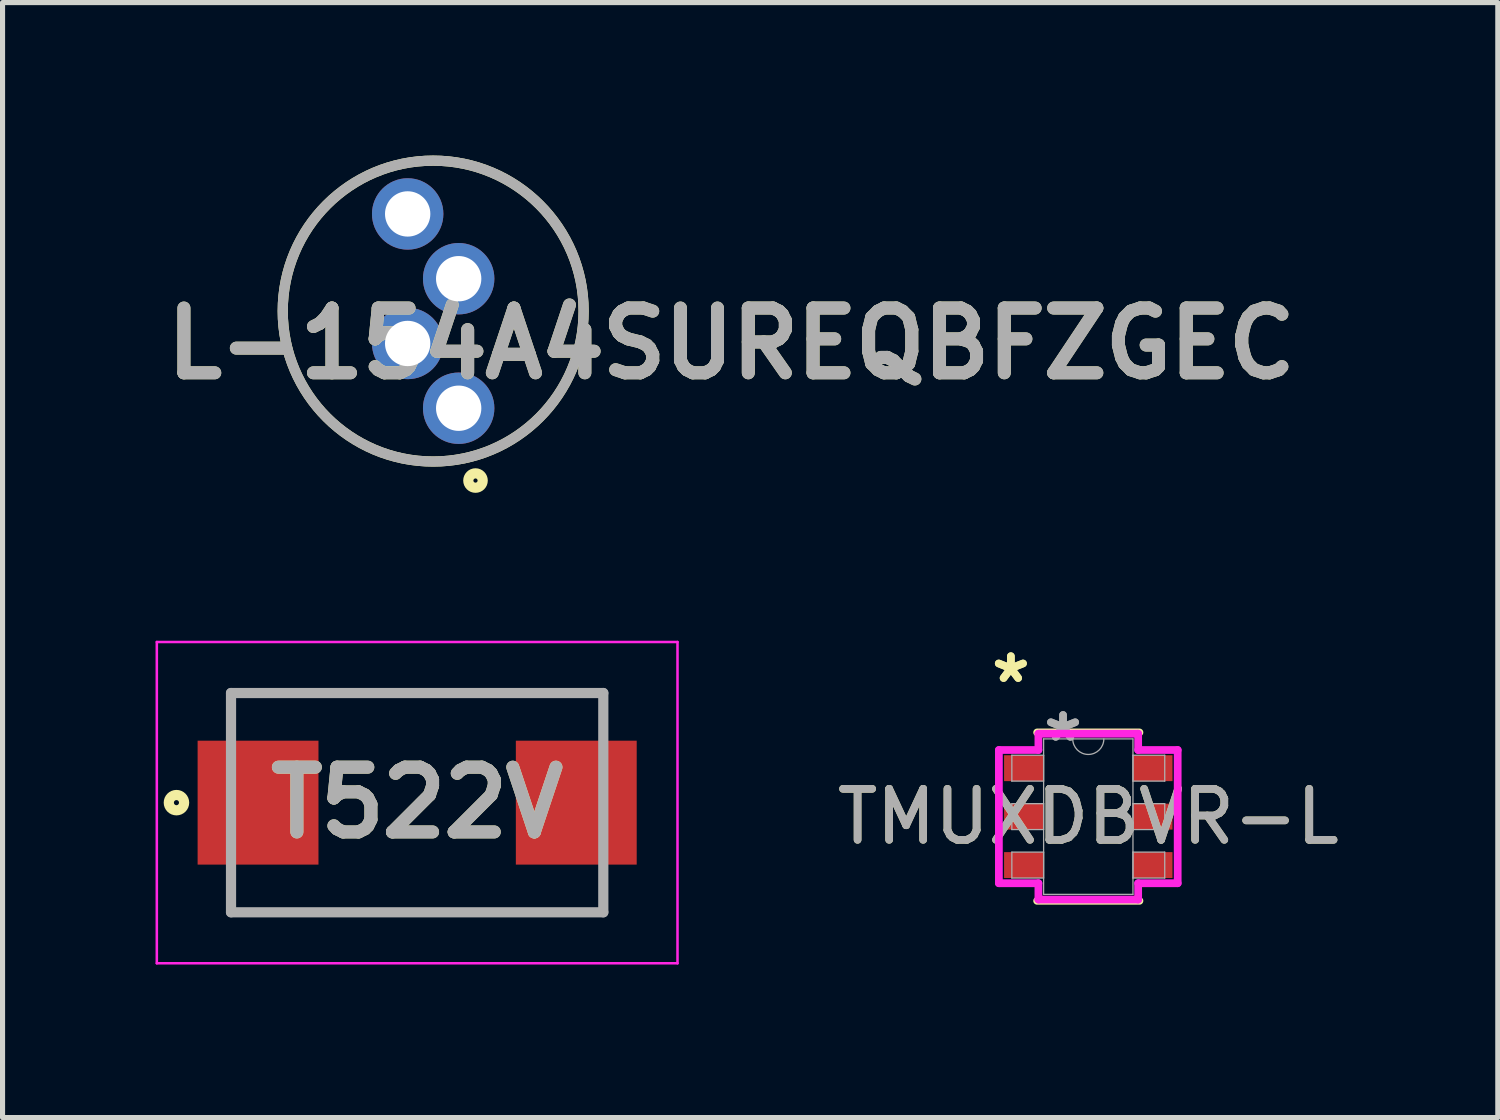
<source format=kicad_pcb>
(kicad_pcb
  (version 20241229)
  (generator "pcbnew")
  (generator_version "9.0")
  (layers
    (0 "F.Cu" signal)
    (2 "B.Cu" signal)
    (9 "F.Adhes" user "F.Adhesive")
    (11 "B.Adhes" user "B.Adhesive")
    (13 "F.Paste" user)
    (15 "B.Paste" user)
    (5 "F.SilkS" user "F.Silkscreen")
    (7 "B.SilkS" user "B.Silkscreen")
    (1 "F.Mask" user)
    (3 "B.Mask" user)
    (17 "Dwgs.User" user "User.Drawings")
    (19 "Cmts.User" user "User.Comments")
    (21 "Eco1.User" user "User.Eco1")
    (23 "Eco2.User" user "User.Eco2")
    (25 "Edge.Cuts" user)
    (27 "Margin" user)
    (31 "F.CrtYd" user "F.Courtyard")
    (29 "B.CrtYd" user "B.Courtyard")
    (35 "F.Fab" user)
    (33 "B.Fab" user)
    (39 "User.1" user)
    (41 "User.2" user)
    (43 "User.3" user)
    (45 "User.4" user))
  (footprint "T522V"
    (layer "F.Cu")
    (at 5.13 12.689)
    (property "Reference" "T522V" (at 0 0 0) (layer "F.SilkS") (effects (font (size 1.27 1.27) (thickness 0.254))))
    (attr smd)
    (fp_line (start -3.65 -2.15) (end 3.65 -2.15) (stroke (width 0.1) (type solid)) (layer "F.SilkS"))
    (fp_line (start 3.65 2.15) (end -3.65 2.15) (stroke (width 0.1) (type solid)) (layer "F.SilkS"))
    (fp_circle (center -4.72 0) (end -4.72 0.05) (stroke (width 0.2) (type solid)) (fill no) (layer "F.SilkS"))
    (fp_line (start -5.105 -3.15) (end 5.105 -3.15) (stroke (width 0.05) (type solid)) (layer "F.CrtYd"))
    (fp_line (start -5.105 3.15) (end -5.105 -3.15) (stroke (width 0.05) (type solid)) (layer "F.CrtYd"))
    (fp_line (start 5.105 -3.15) (end 5.105 3.15) (stroke (width 0.05) (type solid)) (layer "F.CrtYd"))
    (fp_line (start 5.105 3.15) (end -5.105 3.15) (stroke (width 0.05) (type solid)) (layer "F.CrtYd"))
    (fp_line (start -3.65 -2.15) (end 3.65 -2.15) (stroke (width 0.2) (type solid)) (layer "F.Fab"))
    (fp_line (start -3.65 2.15) (end -3.65 -2.15) (stroke (width 0.2) (type solid)) (layer "F.Fab"))
    (fp_line (start 3.65 -2.15) (end 3.65 2.15) (stroke (width 0.2) (type solid)) (layer "F.Fab"))
    (fp_line (start 3.65 2.15) (end -3.65 2.15) (stroke (width 0.2) (type solid)) (layer "F.Fab"))
    (fp_text user "${REFERENCE}" (at 0 0 0) (layer "F.Fab") (effects (font (size 1.27 1.27) (thickness 0.254))))
    (pad "1" smd rect (at -3.12 0) (size 2.37 2.43) (layers "F.Cu" "F.Mask" "F.Paste"))
    (pad "2" smd rect (at 3.12 0) (size 2.37 2.43) (layers "F.Cu" "F.Mask" "F.Paste")))
  (footprint "TMUXDBVR-L"
    (layer "F.Cu")
    (at 18.29 12.963)
    (property "Reference" "TMUXDBVR-L" (at 0 0 0) (unlocked yes) (layer "F.SilkS") (effects (font (size 1 1) (thickness 0.15))))
    (attr smd)
    (fp_line (start -1.003 1.651) (end 1.003 1.651) (stroke (width 0.152) (type solid)) (layer "F.SilkS"))
    (fp_line (start 1.003 -1.651) (end -1.003 -1.651) (stroke (width 0.152) (type solid)) (layer "F.SilkS"))
    (fp_line (start -1.753 -1.306) (end -0.978 -1.306) (stroke (width 0.152) (type solid)) (layer "F.CrtYd"))
    (fp_line (start -1.753 1.306) (end -1.753 -1.306) (stroke (width 0.152) (type solid)) (layer "F.CrtYd"))
    (fp_line (start -1.753 1.306) (end -0.978 1.306) (stroke (width 0.152) (type solid)) (layer "F.CrtYd"))
    (fp_line (start -0.978 -1.626) (end 0.978 -1.626) (stroke (width 0.152) (type solid)) (layer "F.CrtYd"))
    (fp_line (start -0.978 -1.306) (end -0.978 -1.626) (stroke (width 0.152) (type solid)) (layer "F.CrtYd"))
    (fp_line (start -0.978 1.626) (end -0.978 1.306) (stroke (width 0.152) (type solid)) (layer "F.CrtYd"))
    (fp_line (start 0.978 -1.626) (end 0.978 -1.306) (stroke (width 0.152) (type solid)) (layer "F.CrtYd"))
    (fp_line (start 0.978 1.306) (end 0.978 1.626) (stroke (width 0.152) (type solid)) (layer "F.CrtYd"))
    (fp_line (start 0.978 1.626) (end -0.978 1.626) (stroke (width 0.152) (type solid)) (layer "F.CrtYd"))
    (fp_line (start 1.753 -1.306) (end 0.978 -1.306) (stroke (width 0.152) (type solid)) (layer "F.CrtYd"))
    (fp_line (start 1.753 -1.306) (end 1.753 1.306) (stroke (width 0.152) (type solid)) (layer "F.CrtYd"))
    (fp_line (start 1.753 1.306) (end 0.978 1.306) (stroke (width 0.152) (type solid)) (layer "F.CrtYd"))
    (fp_line (start -1.499 -1.204) (end -1.499 -0.696) (stroke (width 0.025) (type solid)) (layer "F.Fab"))
    (fp_line (start -1.499 -0.696) (end -0.876 -0.696) (stroke (width 0.025) (type solid)) (layer "F.Fab"))
    (fp_line (start -1.499 -0.254) (end -1.499 0.254) (stroke (width 0.025) (type solid)) (layer "F.Fab"))
    (fp_line (start -1.499 0.254) (end -0.876 0.254) (stroke (width 0.025) (type solid)) (layer "F.Fab"))
    (fp_line (start -1.499 0.696) (end -1.499 1.204) (stroke (width 0.025) (type solid)) (layer "F.Fab"))
    (fp_line (start -1.499 1.204) (end -0.876 1.204) (stroke (width 0.025) (type solid)) (layer "F.Fab"))
    (fp_line (start -0.876 -1.524) (end -0.876 1.524) (stroke (width 0.025) (type solid)) (layer "F.Fab"))
    (fp_line (start -0.876 -1.204) (end -1.499 -1.204) (stroke (width 0.025) (type solid)) (layer "F.Fab"))
    (fp_line (start -0.876 -0.696) (end -0.876 -1.204) (stroke (width 0.025) (type solid)) (layer "F.Fab"))
    (fp_line (start -0.876 -0.254) (end -1.499 -0.254) (stroke (width 0.025) (type solid)) (layer "F.Fab"))
    (fp_line (start -0.876 0.254) (end -0.876 -0.254) (stroke (width 0.025) (type solid)) (layer "F.Fab"))
    (fp_line (start -0.876 0.696) (end -1.499 0.696) (stroke (width 0.025) (type solid)) (layer "F.Fab"))
    (fp_line (start -0.876 1.204) (end -0.876 0.696) (stroke (width 0.025) (type solid)) (layer "F.Fab"))
    (fp_line (start -0.876 1.524) (end 0.876 1.524) (stroke (width 0.025) (type solid)) (layer "F.Fab"))
    (fp_line (start 0.876 -1.524) (end -0.876 -1.524) (stroke (width 0.025) (type solid)) (layer "F.Fab"))
    (fp_line (start 0.876 -1.204) (end 0.876 -0.696) (stroke (width 0.025) (type solid)) (layer "F.Fab"))
    (fp_line (start 0.876 -0.696) (end 1.499 -0.696) (stroke (width 0.025) (type solid)) (layer "F.Fab"))
    (fp_line (start 0.876 -0.254) (end 0.876 0.254) (stroke (width 0.025) (type solid)) (layer "F.Fab"))
    (fp_line (start 0.876 0.254) (end 1.499 0.254) (stroke (width 0.025) (type solid)) (layer "F.Fab"))
    (fp_line (start 0.876 0.696) (end 0.876 1.204) (stroke (width 0.025) (type solid)) (layer "F.Fab"))
    (fp_line (start 0.876 1.204) (end 1.499 1.204) (stroke (width 0.025) (type solid)) (layer "F.Fab"))
    (fp_line (start 0.876 1.524) (end 0.876 -1.524) (stroke (width 0.025) (type solid)) (layer "F.Fab"))
    (fp_line (start 1.499 -1.204) (end 0.876 -1.204) (stroke (width 0.025) (type solid)) (layer "F.Fab"))
    (fp_line (start 1.499 -0.696) (end 1.499 -1.204) (stroke (width 0.025) (type solid)) (layer "F.Fab"))
    (fp_line (start 1.499 -0.254) (end 0.876 -0.254) (stroke (width 0.025) (type solid)) (layer "F.Fab"))
    (fp_line (start 1.499 0.254) (end 1.499 -0.254) (stroke (width 0.025) (type solid)) (layer "F.Fab"))
    (fp_line (start 1.499 0.696) (end 0.876 0.696) (stroke (width 0.025) (type solid)) (layer "F.Fab"))
    (fp_line (start 1.499 1.204) (end 1.499 0.696) (stroke (width 0.025) (type solid)) (layer "F.Fab"))
    (fp_arc (start 0.3048 -1.524) (mid 0 -1.2192) (end -0.3048 -1.524) (stroke (width 0.0254) (type solid)) (layer "F.Fab"))
    (fp_text user "*" (at -1.518 -2.601 0) (unlocked yes) (layer "F.SilkS") (effects (font (size 1 1) (thickness 0.15))))
    (fp_text user "*" (at -1.518 -2.601 0) (layer "F.SilkS") (effects (font (size 1 1) (thickness 0.15))))
    (fp_text user "${REFERENCE}" (at 0 0 0) (unlocked yes) (layer "F.Fab") (effects (font (size 1 1) (thickness 0.15))))
    (fp_text user "*" (at -0.495 -1.448 0) (unlocked yes) (layer "F.Fab") (effects (font (size 1 1) (thickness 0.15))))
    (fp_text user "*" (at -0.495 -1.448 0) (layer "F.Fab") (effects (font (size 1 1) (thickness 0.15))))
    (pad "1" smd rect (at -1.264 -0.95) (size 0.775 0.508) (layers "F.Cu" "F.Mask" "F.Paste"))
    (pad "2" smd rect (at -1.264 0) (size 0.775 0.508) (layers "F.Cu" "F.Mask" "F.Paste"))
    (pad "3" smd rect (at -1.264 0.95) (size 0.775 0.508) (layers "F.Cu" "F.Mask" "F.Paste"))
    (pad "4" smd rect (at 1.264 0.95) (size 0.775 0.508) (layers "F.Cu" "F.Mask" "F.Paste"))
    (pad "5" smd rect (at 1.264 0) (size 0.775 0.508) (layers "F.Cu" "F.Mask" "F.Paste"))
    (pad "6" smd rect (at 1.264 -0.95) (size 0.775 0.508) (layers "F.Cu" "F.Mask" "F.Paste")))
  (footprint "L-154A4SUREQBFZGEC"
    (layer "F.Cu")
    (at 5.444 3.05)
    (property "Reference" "L-154A4SUREQBFZGEC" (at 5.847 0.636 0) (layer "F.SilkS") (effects (font (size 1.27 1.27) (thickness 0.254))))
    (attr through_hole)
    (fp_circle (center 0 0) (end 0 2.95) (stroke (width 0.2) (type solid)) (fill no) (layer "F.SilkS"))
    (fp_circle (center 0.83 3.323) (end 0.83 3.364) (stroke (width 0.2) (type solid)) (fill no) (layer "F.SilkS"))
    (fp_circle (center 0 0) (end 0 2.95) (stroke (width 0.2) (type solid)) (fill no) (layer "F.Fab"))
    (fp_text user "${REFERENCE}" (at 5.847 0.636 0) (layer "F.Fab") (effects (font (size 1.27 1.27) (thickness 0.254))))
    (pad "1" thru_hole circle (at 0.5 1.905) (size 1.4 1.4) (drill 0.889) (layers "*.Cu" "*.Mask"))
    (pad "2" thru_hole circle (at -0.5 0.635) (size 1.4 1.4) (drill 0.889) (layers "*.Cu" "*.Mask"))
    (pad "3" thru_hole circle (at 0.5 -0.635) (size 1.4 1.4) (drill 0.889) (layers "*.Cu" "*.Mask"))
    (pad "4" thru_hole circle (at -0.5 -1.905) (size 1.4 1.4) (drill 0.889) (layers "*.Cu" "*.Mask")))
  (gr_rect
    (start -3 -3)
    (end 26.32 18.864)
    (stroke (width 0.1) (type default))
    (fill no)
    (layer "Edge.Cuts")))
</source>
